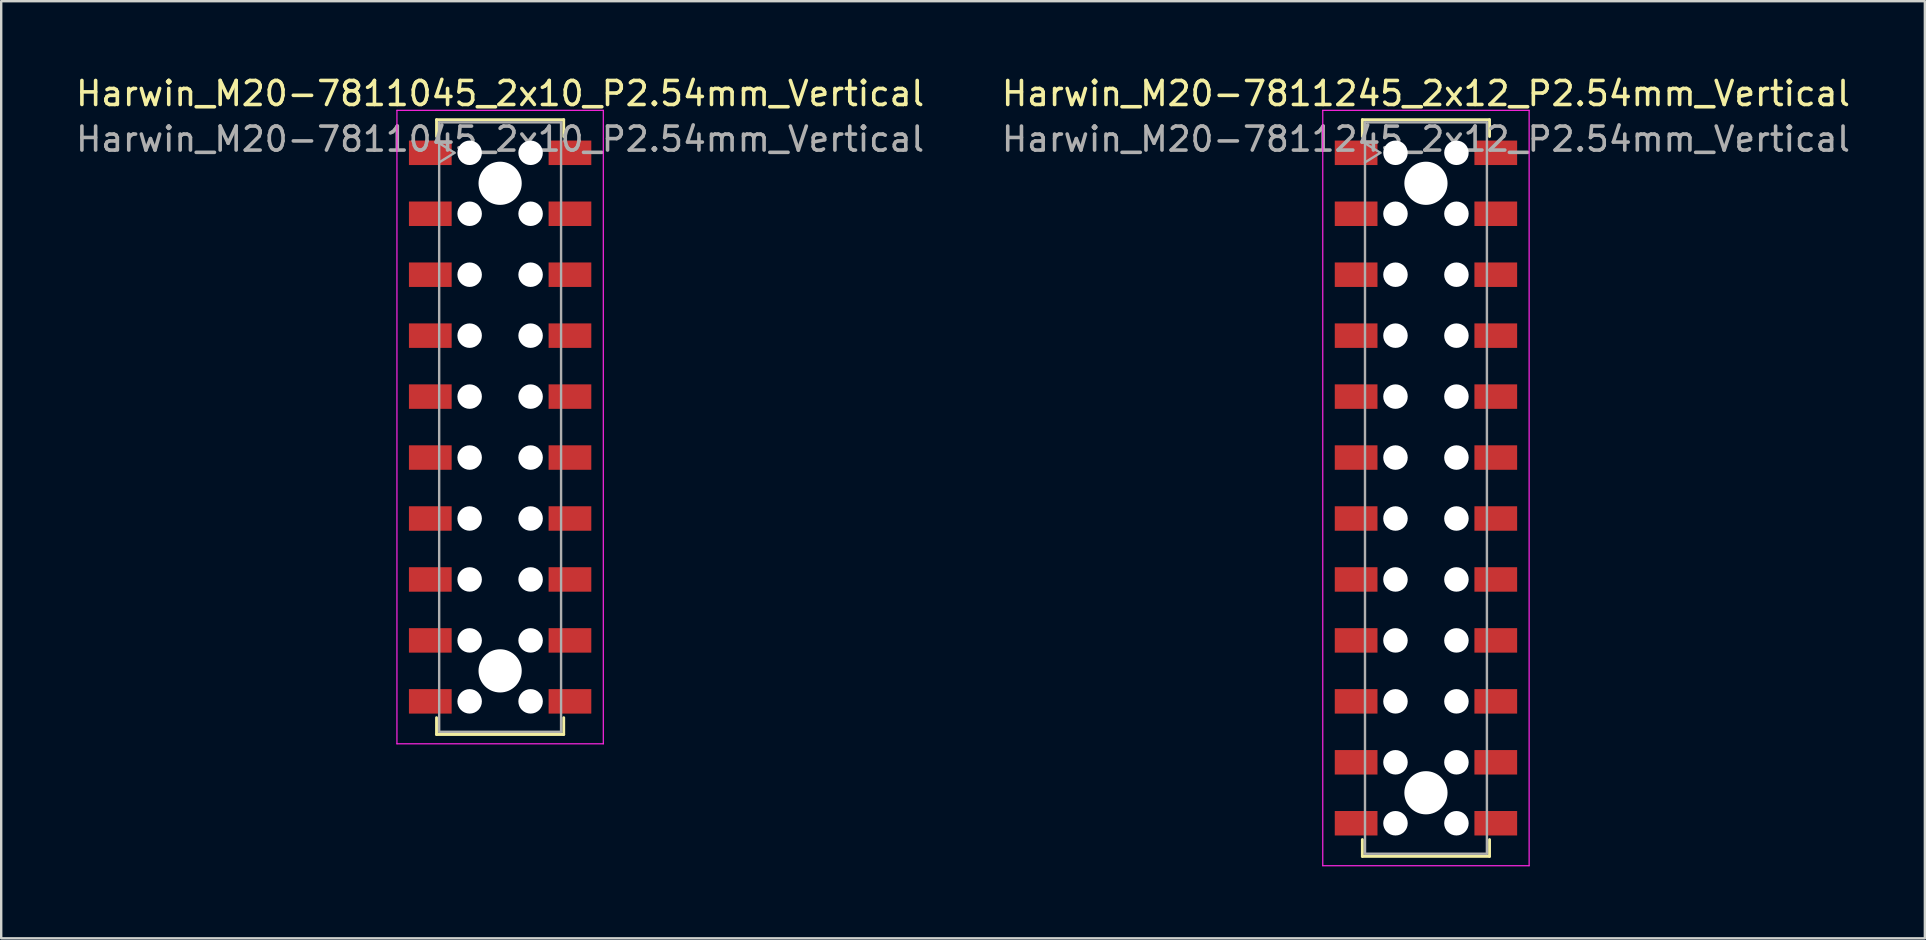
<source format=kicad_pcb>
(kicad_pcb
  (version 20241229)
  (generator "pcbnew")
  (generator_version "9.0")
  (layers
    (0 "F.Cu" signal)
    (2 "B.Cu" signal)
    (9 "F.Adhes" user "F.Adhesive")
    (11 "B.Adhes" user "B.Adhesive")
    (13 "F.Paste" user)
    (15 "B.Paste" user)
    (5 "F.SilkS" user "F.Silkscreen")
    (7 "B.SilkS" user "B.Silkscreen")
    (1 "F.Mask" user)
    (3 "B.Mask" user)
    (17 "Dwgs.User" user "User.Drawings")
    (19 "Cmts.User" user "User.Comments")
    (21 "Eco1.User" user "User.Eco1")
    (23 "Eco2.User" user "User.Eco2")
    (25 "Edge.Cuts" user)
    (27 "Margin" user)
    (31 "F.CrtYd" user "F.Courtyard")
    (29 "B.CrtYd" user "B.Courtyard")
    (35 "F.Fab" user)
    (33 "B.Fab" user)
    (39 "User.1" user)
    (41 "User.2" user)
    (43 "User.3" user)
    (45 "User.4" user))
  (footprint "Harwin_M20-7811045_2x10_P2.54mm_Vertical"
    (layer "F.Cu")
    (at 17.792 14.748)
    (property "Reference" "Harwin_M20-7811045_2x10_P2.54mm_Vertical" (at 0 -13.9 0) (layer "F.SilkS") (effects (font (size 1 1) (thickness 0.15))))
    (attr smd)
    (fp_line (start -2.65 -12.81) (end 2.65 -12.81) (stroke (width 0.12) (type solid)) (layer "F.SilkS"))
    (fp_line (start -2.65 -12.11) (end -2.65 -12.81) (stroke (width 0.12) (type solid)) (layer "F.SilkS"))
    (fp_line (start -2.65 12.11) (end -2.65 12.81) (stroke (width 0.12) (type solid)) (layer "F.SilkS"))
    (fp_line (start -2.65 12.81) (end 2.65 12.81) (stroke (width 0.12) (type solid)) (layer "F.SilkS"))
    (fp_line (start 2.65 -12.81) (end 2.65 -12.11) (stroke (width 0.12) (type solid)) (layer "F.SilkS"))
    (fp_line (start 2.65 12.81) (end 2.65 12.11) (stroke (width 0.12) (type solid)) (layer "F.SilkS"))
    (fp_line (start -4.3 -13.2) (end 4.3 -13.2) (stroke (width 0.05) (type solid)) (layer "F.CrtYd"))
    (fp_line (start -4.3 13.2) (end -4.3 -13.2) (stroke (width 0.05) (type solid)) (layer "F.CrtYd"))
    (fp_line (start 4.3 -13.2) (end 4.3 13.2) (stroke (width 0.05) (type solid)) (layer "F.CrtYd"))
    (fp_line (start 4.3 13.2) (end -4.3 13.2) (stroke (width 0.05) (type solid)) (layer "F.CrtYd"))
    (fp_line (start -2.54 -12.7) (end 2.54 -12.7) (stroke (width 0.1) (type solid)) (layer "F.Fab"))
    (fp_line (start -2.54 -11.83) (end -1.9 -11.43) (stroke (width 0.1) (type solid)) (layer "F.Fab"))
    (fp_line (start -2.54 12.7) (end -2.54 -12.7) (stroke (width 0.1) (type solid)) (layer "F.Fab"))
    (fp_line (start -1.9 -11.43) (end -2.54 -11.03) (stroke (width 0.1) (type solid)) (layer "F.Fab"))
    (fp_line (start 2.54 -12.7) (end 2.54 12.7) (stroke (width 0.1) (type solid)) (layer "F.Fab"))
    (fp_line (start 2.54 12.7) (end -2.54 12.7) (stroke (width 0.1) (type solid)) (layer "F.Fab"))
    (fp_text user "${REFERENCE}" (at 0 -12 0) (layer "F.Fab") (effects (font (size 1 1) (thickness 0.15))))
    (pad "" np_thru_hole circle (at -1.27 -11.43) (size 1.02 1.02) (drill 1.02) (layers "*.Cu" "*.Mask"))
    (pad "" np_thru_hole circle (at -1.27 -8.89) (size 1.02 1.02) (drill 1.02) (layers "*.Cu" "*.Mask"))
    (pad "" np_thru_hole circle (at -1.27 -6.35) (size 1.02 1.02) (drill 1.02) (layers "*.Cu" "*.Mask"))
    (pad "" np_thru_hole circle (at -1.27 -3.81) (size 1.02 1.02) (drill 1.02) (layers "*.Cu" "*.Mask"))
    (pad "" np_thru_hole circle (at -1.27 -1.27) (size 1.02 1.02) (drill 1.02) (layers "*.Cu" "*.Mask"))
    (pad "" np_thru_hole circle (at -1.27 1.27) (size 1.02 1.02) (drill 1.02) (layers "*.Cu" "*.Mask"))
    (pad "" np_thru_hole circle (at -1.27 3.81) (size 1.02 1.02) (drill 1.02) (layers "*.Cu" "*.Mask"))
    (pad "" np_thru_hole circle (at -1.27 6.35) (size 1.02 1.02) (drill 1.02) (layers "*.Cu" "*.Mask"))
    (pad "" np_thru_hole circle (at -1.27 8.89) (size 1.02 1.02) (drill 1.02) (layers "*.Cu" "*.Mask"))
    (pad "" np_thru_hole circle (at -1.27 11.43) (size 1.02 1.02) (drill 1.02) (layers "*.Cu" "*.Mask"))
    (pad "" np_thru_hole circle (at 0 -10.16) (size 1.8 1.8) (drill 1.8) (layers "*.Cu" "*.Mask"))
    (pad "" np_thru_hole circle (at 0 10.16) (size 1.8 1.8) (drill 1.8) (layers "*.Cu" "*.Mask"))
    (pad "" np_thru_hole circle (at 1.27 -11.43) (size 1.02 1.02) (drill 1.02) (layers "*.Cu" "*.Mask"))
    (pad "" np_thru_hole circle (at 1.27 -8.89) (size 1.02 1.02) (drill 1.02) (layers "*.Cu" "*.Mask"))
    (pad "" np_thru_hole circle (at 1.27 -6.35) (size 1.02 1.02) (drill 1.02) (layers "*.Cu" "*.Mask"))
    (pad "" np_thru_hole circle (at 1.27 -3.81) (size 1.02 1.02) (drill 1.02) (layers "*.Cu" "*.Mask"))
    (pad "" np_thru_hole circle (at 1.27 -1.27) (size 1.02 1.02) (drill 1.02) (layers "*.Cu" "*.Mask"))
    (pad "" np_thru_hole circle (at 1.27 1.27) (size 1.02 1.02) (drill 1.02) (layers "*.Cu" "*.Mask"))
    (pad "" np_thru_hole circle (at 1.27 3.81) (size 1.02 1.02) (drill 1.02) (layers "*.Cu" "*.Mask"))
    (pad "" np_thru_hole circle (at 1.27 6.35) (size 1.02 1.02) (drill 1.02) (layers "*.Cu" "*.Mask"))
    (pad "" np_thru_hole circle (at 1.27 8.89) (size 1.02 1.02) (drill 1.02) (layers "*.Cu" "*.Mask"))
    (pad "" np_thru_hole circle (at 1.27 11.43) (size 1.02 1.02) (drill 1.02) (layers "*.Cu" "*.Mask"))
    (pad "1" smd rect (at -2.91 -11.43) (size 1.78 1.02) (layers "F.Cu" "F.Mask" "F.Paste"))
    (pad "2" smd rect (at -2.91 -8.89) (size 1.78 1.02) (layers "F.Cu" "F.Mask" "F.Paste"))
    (pad "3" smd rect (at -2.91 -6.35) (size 1.78 1.02) (layers "F.Cu" "F.Mask" "F.Paste"))
    (pad "4" smd rect (at -2.91 -3.81) (size 1.78 1.02) (layers "F.Cu" "F.Mask" "F.Paste"))
    (pad "5" smd rect (at -2.91 -1.27) (size 1.78 1.02) (layers "F.Cu" "F.Mask" "F.Paste"))
    (pad "6" smd rect (at -2.91 1.27) (size 1.78 1.02) (layers "F.Cu" "F.Mask" "F.Paste"))
    (pad "7" smd rect (at -2.91 3.81) (size 1.78 1.02) (layers "F.Cu" "F.Mask" "F.Paste"))
    (pad "8" smd rect (at -2.91 6.35) (size 1.78 1.02) (layers "F.Cu" "F.Mask" "F.Paste"))
    (pad "9" smd rect (at -2.91 8.89) (size 1.78 1.02) (layers "F.Cu" "F.Mask" "F.Paste"))
    (pad "10" smd rect (at -2.91 11.43) (size 1.78 1.02) (layers "F.Cu" "F.Mask" "F.Paste"))
    (pad "11" smd rect (at 2.91 -11.43) (size 1.78 1.02) (layers "F.Cu" "F.Mask" "F.Paste"))
    (pad "12" smd rect (at 2.91 -8.89) (size 1.78 1.02) (layers "F.Cu" "F.Mask" "F.Paste"))
    (pad "13" smd rect (at 2.91 -6.35) (size 1.78 1.02) (layers "F.Cu" "F.Mask" "F.Paste"))
    (pad "14" smd rect (at 2.91 -3.81) (size 1.78 1.02) (layers "F.Cu" "F.Mask" "F.Paste"))
    (pad "15" smd rect (at 2.91 -1.27) (size 1.78 1.02) (layers "F.Cu" "F.Mask" "F.Paste"))
    (pad "16" smd rect (at 2.91 1.27) (size 1.78 1.02) (layers "F.Cu" "F.Mask" "F.Paste"))
    (pad "17" smd rect (at 2.91 3.81) (size 1.78 1.02) (layers "F.Cu" "F.Mask" "F.Paste"))
    (pad "18" smd rect (at 2.91 6.35) (size 1.78 1.02) (layers "F.Cu" "F.Mask" "F.Paste"))
    (pad "19" smd rect (at 2.91 8.89) (size 1.78 1.02) (layers "F.Cu" "F.Mask" "F.Paste"))
    (pad "20" smd rect (at 2.91 11.43) (size 1.78 1.02) (layers "F.Cu" "F.Mask" "F.Paste")))
  (footprint "Harwin_M20-7811245_2x12_P2.54mm_Vertical"
    (layer "F.Cu")
    (at 56.375 17.288)
    (property "Reference" "Harwin_M20-7811245_2x12_P2.54mm_Vertical" (at 0 -16.44 0) (layer "F.SilkS") (effects (font (size 1 1) (thickness 0.15))))
    (attr smd)
    (fp_line (start -2.65 -15.35) (end 2.65 -15.35) (stroke (width 0.12) (type solid)) (layer "F.SilkS"))
    (fp_line (start -2.65 -14.65) (end -2.65 -15.35) (stroke (width 0.12) (type solid)) (layer "F.SilkS"))
    (fp_line (start -2.65 14.65) (end -2.65 15.35) (stroke (width 0.12) (type solid)) (layer "F.SilkS"))
    (fp_line (start -2.65 15.35) (end 2.65 15.35) (stroke (width 0.12) (type solid)) (layer "F.SilkS"))
    (fp_line (start 2.65 -15.35) (end 2.65 -14.65) (stroke (width 0.12) (type solid)) (layer "F.SilkS"))
    (fp_line (start 2.65 15.35) (end 2.65 14.65) (stroke (width 0.12) (type solid)) (layer "F.SilkS"))
    (fp_line (start -4.3 -15.74) (end 4.3 -15.74) (stroke (width 0.05) (type solid)) (layer "F.CrtYd"))
    (fp_line (start -4.3 15.74) (end -4.3 -15.74) (stroke (width 0.05) (type solid)) (layer "F.CrtYd"))
    (fp_line (start 4.3 -15.74) (end 4.3 15.74) (stroke (width 0.05) (type solid)) (layer "F.CrtYd"))
    (fp_line (start 4.3 15.74) (end -4.3 15.74) (stroke (width 0.05) (type solid)) (layer "F.CrtYd"))
    (fp_line (start -2.54 -15.24) (end 2.54 -15.24) (stroke (width 0.1) (type solid)) (layer "F.Fab"))
    (fp_line (start -2.54 -14.37) (end -1.9 -13.97) (stroke (width 0.1) (type solid)) (layer "F.Fab"))
    (fp_line (start -2.54 15.24) (end -2.54 -15.24) (stroke (width 0.1) (type solid)) (layer "F.Fab"))
    (fp_line (start -1.9 -13.97) (end -2.54 -13.57) (stroke (width 0.1) (type solid)) (layer "F.Fab"))
    (fp_line (start 2.54 -15.24) (end 2.54 15.24) (stroke (width 0.1) (type solid)) (layer "F.Fab"))
    (fp_line (start 2.54 15.24) (end -2.54 15.24) (stroke (width 0.1) (type solid)) (layer "F.Fab"))
    (fp_text user "${REFERENCE}" (at 0 -14.54 0) (layer "F.Fab") (effects (font (size 1 1) (thickness 0.15))))
    (pad "" np_thru_hole circle (at -1.27 -13.97) (size 1.02 1.02) (drill 1.02) (layers "*.Cu" "*.Mask"))
    (pad "" np_thru_hole circle (at -1.27 -11.43) (size 1.02 1.02) (drill 1.02) (layers "*.Cu" "*.Mask"))
    (pad "" np_thru_hole circle (at -1.27 -8.89) (size 1.02 1.02) (drill 1.02) (layers "*.Cu" "*.Mask"))
    (pad "" np_thru_hole circle (at -1.27 -6.35) (size 1.02 1.02) (drill 1.02) (layers "*.Cu" "*.Mask"))
    (pad "" np_thru_hole circle (at -1.27 -3.81) (size 1.02 1.02) (drill 1.02) (layers "*.Cu" "*.Mask"))
    (pad "" np_thru_hole circle (at -1.27 -1.27) (size 1.02 1.02) (drill 1.02) (layers "*.Cu" "*.Mask"))
    (pad "" np_thru_hole circle (at -1.27 1.27) (size 1.02 1.02) (drill 1.02) (layers "*.Cu" "*.Mask"))
    (pad "" np_thru_hole circle (at -1.27 3.81) (size 1.02 1.02) (drill 1.02) (layers "*.Cu" "*.Mask"))
    (pad "" np_thru_hole circle (at -1.27 6.35) (size 1.02 1.02) (drill 1.02) (layers "*.Cu" "*.Mask"))
    (pad "" np_thru_hole circle (at -1.27 8.89) (size 1.02 1.02) (drill 1.02) (layers "*.Cu" "*.Mask"))
    (pad "" np_thru_hole circle (at -1.27 11.43) (size 1.02 1.02) (drill 1.02) (layers "*.Cu" "*.Mask"))
    (pad "" np_thru_hole circle (at -1.27 13.97) (size 1.02 1.02) (drill 1.02) (layers "*.Cu" "*.Mask"))
    (pad "" np_thru_hole circle (at 0 -12.7) (size 1.8 1.8) (drill 1.8) (layers "*.Cu" "*.Mask"))
    (pad "" np_thru_hole circle (at 0 12.7) (size 1.8 1.8) (drill 1.8) (layers "*.Cu" "*.Mask"))
    (pad "" np_thru_hole circle (at 1.27 -13.97) (size 1.02 1.02) (drill 1.02) (layers "*.Cu" "*.Mask"))
    (pad "" np_thru_hole circle (at 1.27 -11.43) (size 1.02 1.02) (drill 1.02) (layers "*.Cu" "*.Mask"))
    (pad "" np_thru_hole circle (at 1.27 -8.89) (size 1.02 1.02) (drill 1.02) (layers "*.Cu" "*.Mask"))
    (pad "" np_thru_hole circle (at 1.27 -6.35) (size 1.02 1.02) (drill 1.02) (layers "*.Cu" "*.Mask"))
    (pad "" np_thru_hole circle (at 1.27 -3.81) (size 1.02 1.02) (drill 1.02) (layers "*.Cu" "*.Mask"))
    (pad "" np_thru_hole circle (at 1.27 -1.27) (size 1.02 1.02) (drill 1.02) (layers "*.Cu" "*.Mask"))
    (pad "" np_thru_hole circle (at 1.27 1.27) (size 1.02 1.02) (drill 1.02) (layers "*.Cu" "*.Mask"))
    (pad "" np_thru_hole circle (at 1.27 3.81) (size 1.02 1.02) (drill 1.02) (layers "*.Cu" "*.Mask"))
    (pad "" np_thru_hole circle (at 1.27 6.35) (size 1.02 1.02) (drill 1.02) (layers "*.Cu" "*.Mask"))
    (pad "" np_thru_hole circle (at 1.27 8.89) (size 1.02 1.02) (drill 1.02) (layers "*.Cu" "*.Mask"))
    (pad "" np_thru_hole circle (at 1.27 11.43) (size 1.02 1.02) (drill 1.02) (layers "*.Cu" "*.Mask"))
    (pad "" np_thru_hole circle (at 1.27 13.97) (size 1.02 1.02) (drill 1.02) (layers "*.Cu" "*.Mask"))
    (pad "1" smd rect (at -2.91 -13.97) (size 1.78 1.02) (layers "F.Cu" "F.Mask" "F.Paste"))
    (pad "2" smd rect (at -2.91 -11.43) (size 1.78 1.02) (layers "F.Cu" "F.Mask" "F.Paste"))
    (pad "3" smd rect (at -2.91 -8.89) (size 1.78 1.02) (layers "F.Cu" "F.Mask" "F.Paste"))
    (pad "4" smd rect (at -2.91 -6.35) (size 1.78 1.02) (layers "F.Cu" "F.Mask" "F.Paste"))
    (pad "5" smd rect (at -2.91 -3.81) (size 1.78 1.02) (layers "F.Cu" "F.Mask" "F.Paste"))
    (pad "6" smd rect (at -2.91 -1.27) (size 1.78 1.02) (layers "F.Cu" "F.Mask" "F.Paste"))
    (pad "7" smd rect (at -2.91 1.27) (size 1.78 1.02) (layers "F.Cu" "F.Mask" "F.Paste"))
    (pad "8" smd rect (at -2.91 3.81) (size 1.78 1.02) (layers "F.Cu" "F.Mask" "F.Paste"))
    (pad "9" smd rect (at -2.91 6.35) (size 1.78 1.02) (layers "F.Cu" "F.Mask" "F.Paste"))
    (pad "10" smd rect (at -2.91 8.89) (size 1.78 1.02) (layers "F.Cu" "F.Mask" "F.Paste"))
    (pad "11" smd rect (at -2.91 11.43) (size 1.78 1.02) (layers "F.Cu" "F.Mask" "F.Paste"))
    (pad "12" smd rect (at -2.91 13.97) (size 1.78 1.02) (layers "F.Cu" "F.Mask" "F.Paste"))
    (pad "13" smd rect (at 2.91 -13.97) (size 1.78 1.02) (layers "F.Cu" "F.Mask" "F.Paste"))
    (pad "14" smd rect (at 2.91 -11.43) (size 1.78 1.02) (layers "F.Cu" "F.Mask" "F.Paste"))
    (pad "15" smd rect (at 2.91 -8.89) (size 1.78 1.02) (layers "F.Cu" "F.Mask" "F.Paste"))
    (pad "16" smd rect (at 2.91 -6.35) (size 1.78 1.02) (layers "F.Cu" "F.Mask" "F.Paste"))
    (pad "17" smd rect (at 2.91 -3.81) (size 1.78 1.02) (layers "F.Cu" "F.Mask" "F.Paste"))
    (pad "18" smd rect (at 2.91 -1.27) (size 1.78 1.02) (layers "F.Cu" "F.Mask" "F.Paste"))
    (pad "19" smd rect (at 2.91 1.27) (size 1.78 1.02) (layers "F.Cu" "F.Mask" "F.Paste"))
    (pad "20" smd rect (at 2.91 3.81) (size 1.78 1.02) (layers "F.Cu" "F.Mask" "F.Paste"))
    (pad "21" smd rect (at 2.91 6.35) (size 1.78 1.02) (layers "F.Cu" "F.Mask" "F.Paste"))
    (pad "22" smd rect (at 2.91 8.89) (size 1.78 1.02) (layers "F.Cu" "F.Mask" "F.Paste"))
    (pad "23" smd rect (at 2.91 11.43) (size 1.78 1.02) (layers "F.Cu" "F.Mask" "F.Paste"))
    (pad "24" smd rect (at 2.91 13.97) (size 1.78 1.02) (layers "F.Cu" "F.Mask" "F.Paste")))
  (gr_rect
    (start -3 -3)
    (end 77.167 36.053)
    (stroke (width 0.1) (type default))
    (fill no)
    (layer "Edge.Cuts")))
</source>
